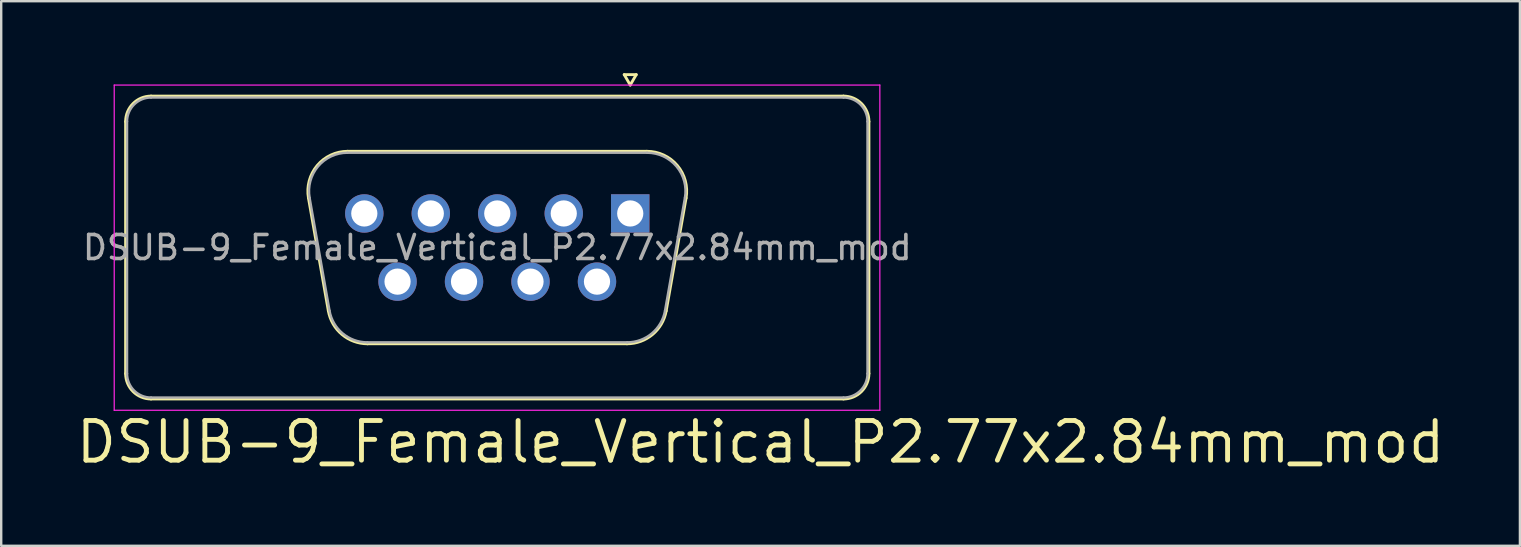
<source format=kicad_pcb>
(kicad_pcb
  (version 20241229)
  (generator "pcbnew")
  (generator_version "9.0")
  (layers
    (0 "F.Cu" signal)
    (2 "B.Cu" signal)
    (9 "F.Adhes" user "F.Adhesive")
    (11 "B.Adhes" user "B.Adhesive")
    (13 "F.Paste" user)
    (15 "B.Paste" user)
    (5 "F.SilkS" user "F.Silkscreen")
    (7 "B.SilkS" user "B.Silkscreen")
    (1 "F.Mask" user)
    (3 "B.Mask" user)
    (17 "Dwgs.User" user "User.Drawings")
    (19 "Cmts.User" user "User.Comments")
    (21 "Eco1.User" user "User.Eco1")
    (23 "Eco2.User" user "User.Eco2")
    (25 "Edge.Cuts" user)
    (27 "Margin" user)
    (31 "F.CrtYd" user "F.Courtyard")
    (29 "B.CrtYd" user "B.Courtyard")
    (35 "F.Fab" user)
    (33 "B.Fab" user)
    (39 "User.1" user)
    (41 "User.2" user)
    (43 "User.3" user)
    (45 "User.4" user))
  (footprint "DSUB-9_Female_Vertical_P2.77x2.84mm_mod"
    (layer "F.Cu")
    (at 23.209 5.844)
    (property "Reference" "DSUB-9_Female_Vertical_P2.77x2.84mm_mod" (at 5.43 9.525 0) (layer "F.SilkS") (effects (font (size 1.651 1.651) (thickness 0.203))))
    (attr through_hole)
    (fp_line (start -21.025 6.67) (end -21.025 -3.83) (stroke (width 0.12) (type solid)) (layer "F.SilkS"))
    (fp_line (start -19.965 -4.89) (end 8.885 -4.89) (stroke (width 0.12) (type solid)) (layer "F.SilkS"))
    (fp_line (start -13.406 -0.642) (end -12.578 4.058) (stroke (width 0.12) (type solid)) (layer "F.SilkS"))
    (fp_line (start -11.772 -2.59) (end 0.692 -2.59) (stroke (width 0.12) (type solid)) (layer "F.SilkS"))
    (fp_line (start -10.943 5.43) (end -0.137 5.43) (stroke (width 0.12) (type solid)) (layer "F.SilkS"))
    (fp_line (start -0.25 -5.784) (end 0.25 -5.784) (stroke (width 0.12) (type solid)) (layer "F.SilkS"))
    (fp_line (start 0 -5.351) (end -0.25 -5.784) (stroke (width 0.12) (type solid)) (layer "F.SilkS"))
    (fp_line (start 0.25 -5.784) (end 0 -5.351) (stroke (width 0.12) (type solid)) (layer "F.SilkS"))
    (fp_line (start 2.326 -0.642) (end 1.498 4.058) (stroke (width 0.12) (type solid)) (layer "F.SilkS"))
    (fp_line (start 8.885 7.73) (end -19.965 7.73) (stroke (width 0.12) (type solid)) (layer "F.SilkS"))
    (fp_line (start 9.945 -3.83) (end 9.945 6.67) (stroke (width 0.12) (type solid)) (layer "F.SilkS"))
    (fp_arc (start -21.025 -3.83) (mid -20.714533 -4.579533) (end -19.965 -4.89) (stroke (width 0.12) (type solid)) (layer "F.SilkS"))
    (fp_arc (start -19.965 7.73) (mid -20.714533 7.419533) (end -21.025 6.67) (stroke (width 0.12) (type solid)) (layer "F.SilkS"))
    (fp_arc (start -13.40647 -0.641744) (mid -13.043323 -1.997028) (end -11.771689 -2.59) (stroke (width 0.12) (type solid)) (layer "F.SilkS"))
    (fp_arc (start -10.942952 5.43) (mid -12.009979 5.041634) (end -12.577733 4.058256) (stroke (width 0.12) (type solid)) (layer "F.SilkS"))
    (fp_arc (start 0.691689 -2.59) (mid 1.963323 -1.997027) (end 2.32647 -0.641744) (stroke (width 0.12) (type solid)) (layer "F.SilkS"))
    (fp_arc (start 1.497733 4.058256) (mid 0.92998 5.041634) (end -0.137048 5.43) (stroke (width 0.12) (type solid)) (layer "F.SilkS"))
    (fp_arc (start 8.885 -4.89) (mid 9.634533 -4.579533) (end 9.945 -3.83) (stroke (width 0.12) (type solid)) (layer "F.SilkS"))
    (fp_arc (start 9.945 6.67) (mid 9.634533 7.419533) (end 8.885 7.73) (stroke (width 0.12) (type solid)) (layer "F.SilkS"))
    (fp_line (start -21.5 -5.35) (end -21.5 8.2) (stroke (width 0.05) (type solid)) (layer "F.CrtYd"))
    (fp_line (start -21.5 8.2) (end 10.4 8.2) (stroke (width 0.05) (type solid)) (layer "F.CrtYd"))
    (fp_line (start 10.4 -5.35) (end -21.5 -5.35) (stroke (width 0.05) (type solid)) (layer "F.CrtYd"))
    (fp_line (start 10.4 8.2) (end 10.4 -5.35) (stroke (width 0.05) (type solid)) (layer "F.CrtYd"))
    (fp_line (start -20.965 6.67) (end -20.965 -3.83) (stroke (width 0.1) (type solid)) (layer "F.Fab"))
    (fp_line (start -19.965 -4.83) (end 8.885 -4.83) (stroke (width 0.1) (type solid)) (layer "F.Fab"))
    (fp_line (start -13.359 -0.652) (end -12.53 4.048) (stroke (width 0.1) (type solid)) (layer "F.Fab"))
    (fp_line (start -11.783 -2.53) (end 0.703 -2.53) (stroke (width 0.1) (type solid)) (layer "F.Fab"))
    (fp_line (start -10.954 5.37) (end -0.126 5.37) (stroke (width 0.1) (type solid)) (layer "F.Fab"))
    (fp_line (start 2.279 -0.652) (end 1.45 4.048) (stroke (width 0.1) (type solid)) (layer "F.Fab"))
    (fp_line (start 8.885 7.67) (end -19.965 7.67) (stroke (width 0.1) (type solid)) (layer "F.Fab"))
    (fp_line (start 9.885 -3.83) (end 9.885 6.67) (stroke (width 0.1) (type solid)) (layer "F.Fab"))
    (fp_arc (start -20.965 -3.83) (mid -20.672107 -4.537107) (end -19.965 -4.83) (stroke (width 0.1) (type solid)) (layer "F.Fab"))
    (fp_arc (start -19.965 7.67) (mid -20.672107 7.377107) (end -20.965 6.67) (stroke (width 0.1) (type solid)) (layer "F.Fab"))
    (fp_arc (start -13.358886 -0.652163) (mid -13.008865 -1.95846) (end -11.783194 -2.53) (stroke (width 0.1) (type solid)) (layer "F.Fab"))
    (fp_arc (start -10.954457 5.37) (mid -11.982917 4.995671) (end -12.530149 4.047837) (stroke (width 0.1) (type solid)) (layer "F.Fab"))
    (fp_arc (start 0.703194 -2.53) (mid 1.928865 -1.95846) (end 2.278886 -0.652163) (stroke (width 0.1) (type solid)) (layer "F.Fab"))
    (fp_arc (start 1.450149 4.047837) (mid 0.902917 4.995671) (end -0.125543 5.37) (stroke (width 0.1) (type solid)) (layer "F.Fab"))
    (fp_arc (start 8.885 -4.83) (mid 9.592107 -4.537107) (end 9.885 -3.83) (stroke (width 0.1) (type solid)) (layer "F.Fab"))
    (fp_arc (start 9.885 6.67) (mid 9.592107 7.377107) (end 8.885 7.67) (stroke (width 0.1) (type solid)) (layer "F.Fab"))
    (fp_text user "${REFERENCE}" (at -5.54 1.42 0) (layer "F.Fab") (effects (font (size 1 1) (thickness 0.15))))
    (pad "1" thru_hole rect (at 0 0) (size 1.6 1.6) (drill 1.092) (layers "*.Cu" "*.Mask"))
    (pad "2" thru_hole circle (at -2.77 0) (size 1.6 1.6) (drill 1.092) (layers "*.Cu" "*.Mask"))
    (pad "3" thru_hole circle (at -5.54 0) (size 1.6 1.6) (drill 1.092) (layers "*.Cu" "*.Mask"))
    (pad "4" thru_hole circle (at -8.31 0) (size 1.6 1.6) (drill 1.092) (layers "*.Cu" "*.Mask"))
    (pad "5" thru_hole circle (at -11.08 0) (size 1.6 1.6) (drill 1.092) (layers "*.Cu" "*.Mask"))
    (pad "6" thru_hole circle (at -1.385 2.84) (size 1.6 1.6) (drill 1.092) (layers "*.Cu" "*.Mask"))
    (pad "7" thru_hole circle (at -4.155 2.84) (size 1.6 1.6) (drill 1.092) (layers "*.Cu" "*.Mask"))
    (pad "8" thru_hole circle (at -6.925 2.84) (size 1.6 1.6) (drill 1.092) (layers "*.Cu" "*.Mask"))
    (pad "9" thru_hole circle (at -9.695 2.84) (size 1.6 1.6) (drill 1.092) (layers "*.Cu" "*.Mask")))
  (gr_rect
    (start -3 -3)
    (end 60.278 19.692)
    (stroke (width 0.1) (type default))
    (fill no)
    (layer "Edge.Cuts")))
</source>
